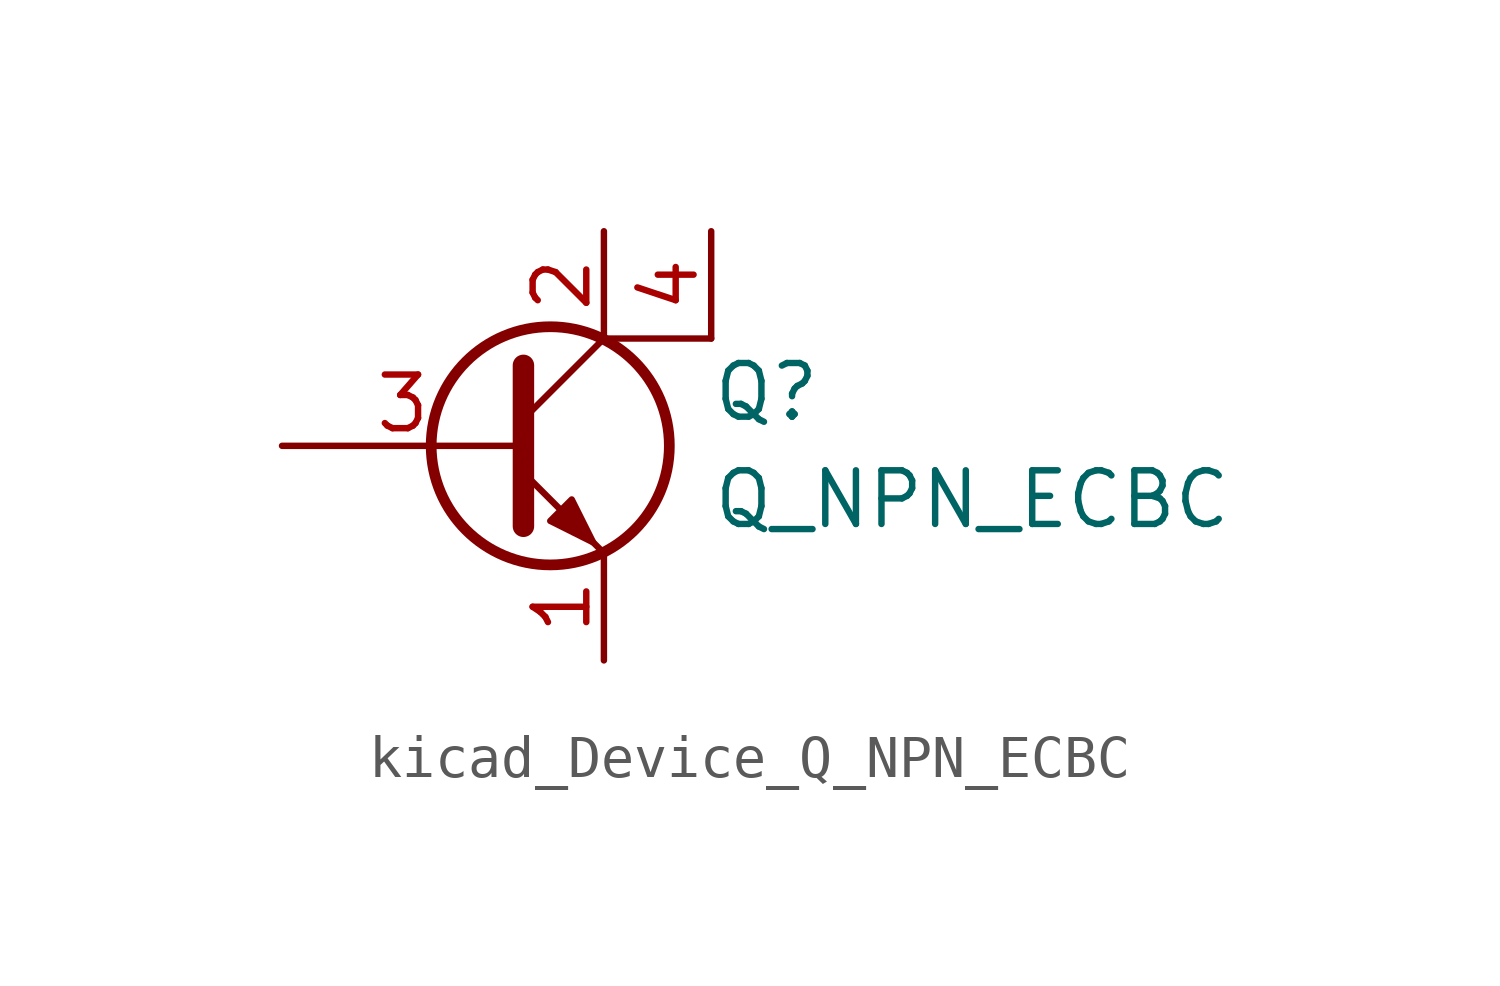
<source format=kicad_sym>
(kicad_symbol_lib
  (version 20220914)
  (generator kicad_symbol_editor)
  (symbol "kicad_Device_Q_NPN_ECBC"
    (pin_names
      (offset 0) hide)
    (property "Reference" "Q"
      (at 5.08 1.27 0)
      (effects (font (size 1.27 1.27)) (justify left)))
    (property "Value" "Q_NPN_ECBC"
      (at 5.08 -1.27 0)
      (effects (font (size 1.27 1.27)) (justify left)))
    (symbol "kicad_Device_Q_NPN_ECBC_0_1"
      (polyline (pts (xy 0.635 0.635) (xy 2.54 2.54)) (stroke (width 0) (type default)) (fill (type none)))
      (polyline (pts (xy 2.54 2.54) (xy 5.08 2.54)) (stroke (width 0) (type default)) (fill (type none)))
      (polyline (pts (xy 0.635 -0.635) (xy 2.54 -2.54) (xy 2.54 -2.54)) (stroke (width 0) (type default)) (fill (type none)))
      (polyline (pts (xy 0.635 1.905) (xy 0.635 -1.905) (xy 0.635 -1.905)) (stroke (width 0.508) (type default)) (fill (type none)))
      (polyline (pts (xy 1.27 -1.778) (xy 1.778 -1.27) (xy 2.286 -2.286) (xy 1.27 -1.778) (xy 1.27 -1.778)) (stroke (width 0) (type default)) (fill (type outline)))
      (circle (center 1.27 0) (radius 2.819) (stroke (width 0.254) (type default)) (fill (type none))))
    (symbol "kicad_Device_Q_NPN_ECBC_1_1"
      (pin passive line (at 2.54 -5.08 90) (length 2.54) (name "E" (effects (font (size 1.27 1.27)))) (number "1" (effects (font (size 1.27 1.27)))))
      (pin passive line (at 2.54 5.08 270) (length 2.54) (name "C" (effects (font (size 1.27 1.27)))) (number "2" (effects (font (size 1.27 1.27)))))
      (pin passive line (at -5.08 0 0) (length 5.715) (name "B" (effects (font (size 1.27 1.27)))) (number "3" (effects (font (size 1.27 1.27)))))
      (pin passive line (at 5.08 5.08 270) (length 2.54) (name "C" (effects (font (size 1.27 1.27)))) (number "4" (effects (font (size 1.27 1.27))))))))
</source>
